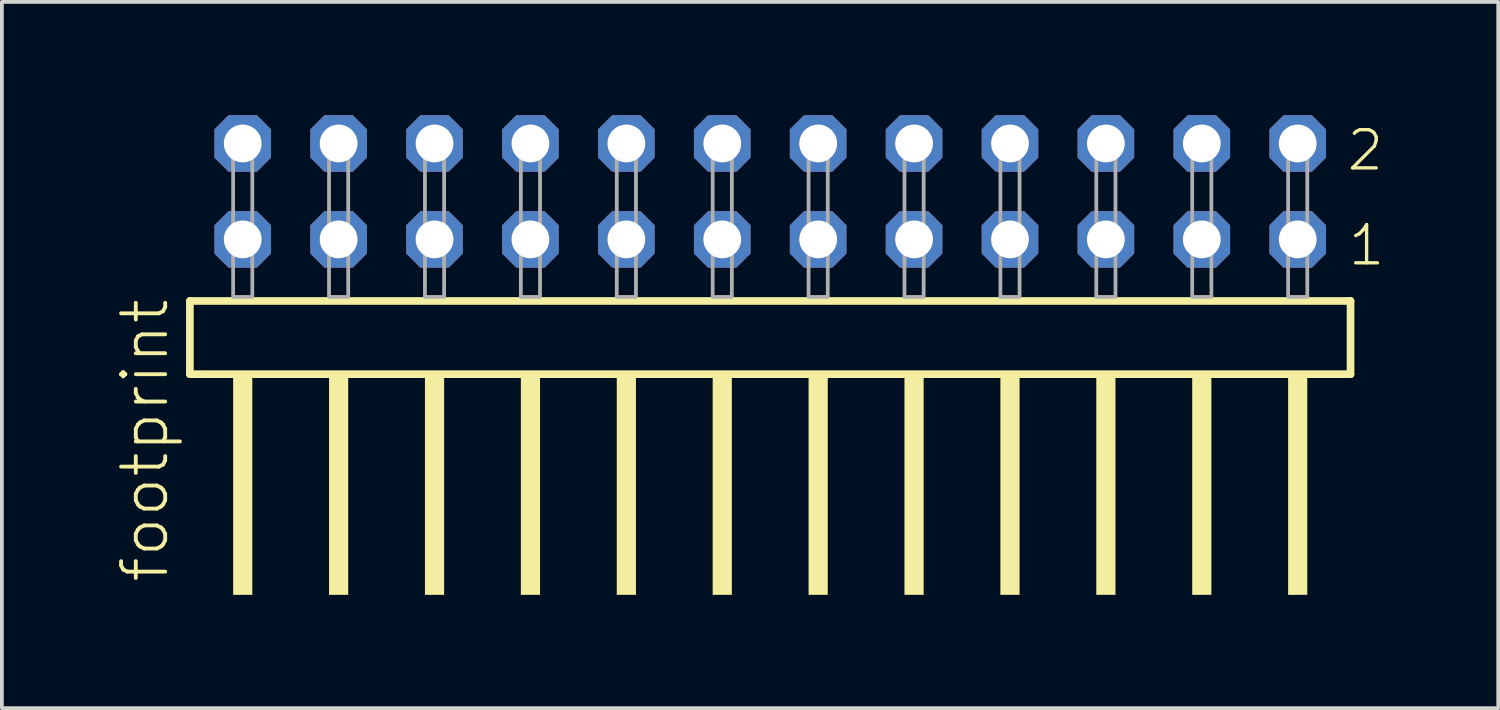
<source format=kicad_pcb>
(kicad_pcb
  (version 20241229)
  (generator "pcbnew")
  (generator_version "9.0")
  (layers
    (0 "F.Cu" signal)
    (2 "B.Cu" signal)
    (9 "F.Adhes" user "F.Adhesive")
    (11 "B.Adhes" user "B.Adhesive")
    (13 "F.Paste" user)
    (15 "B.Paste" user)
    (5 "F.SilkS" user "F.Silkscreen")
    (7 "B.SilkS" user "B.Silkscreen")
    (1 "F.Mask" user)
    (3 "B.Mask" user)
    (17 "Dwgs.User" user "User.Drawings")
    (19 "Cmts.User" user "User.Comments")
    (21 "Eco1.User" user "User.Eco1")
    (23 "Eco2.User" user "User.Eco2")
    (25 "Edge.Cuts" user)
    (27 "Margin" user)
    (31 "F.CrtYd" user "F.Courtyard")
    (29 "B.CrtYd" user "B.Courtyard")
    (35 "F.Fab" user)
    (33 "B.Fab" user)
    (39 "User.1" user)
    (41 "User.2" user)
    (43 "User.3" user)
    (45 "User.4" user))
  (footprint "footprint"
    (layer "F.Cu")
    (at 17.348 4.814)
    (property "Reference" "footprint" (at -15.875 7.62 90) (layer "F.SilkS") (effects (font (size 1.168 1.168) (thickness 0.102)) (justify left bottom)))
    (fp_line (start -15.369 0.106) (end -15.369 2.046) (stroke (width 0.203) (type solid)) (layer "F.SilkS"))
    (fp_line (start -15.369 2.046) (end 15.369 2.046) (stroke (width 0.203) (type solid)) (layer "F.SilkS"))
    (fp_line (start 15.369 0.106) (end -15.369 0.106) (stroke (width 0.203) (type solid)) (layer "F.SilkS"))
    (fp_line (start 15.369 2.046) (end 15.369 0.106) (stroke (width 0.203) (type solid)) (layer "F.SilkS"))
    (fp_poly (pts (xy -14.224 7.89) (xy -13.716 7.89) (xy -13.716 2.04) (xy -14.224 2.04)) (stroke (width 0) (type solid)) (fill yes) (layer "F.SilkS"))
    (fp_poly (pts (xy -11.684 7.89) (xy -11.176 7.89) (xy -11.176 2.04) (xy -11.684 2.04)) (stroke (width 0) (type solid)) (fill yes) (layer "F.SilkS"))
    (fp_poly (pts (xy -9.144 7.89) (xy -8.636 7.89) (xy -8.636 2.04) (xy -9.144 2.04)) (stroke (width 0) (type solid)) (fill yes) (layer "F.SilkS"))
    (fp_poly (pts (xy -6.604 7.89) (xy -6.096 7.89) (xy -6.096 2.04) (xy -6.604 2.04)) (stroke (width 0) (type solid)) (fill yes) (layer "F.SilkS"))
    (fp_poly (pts (xy -4.064 7.89) (xy -3.556 7.89) (xy -3.556 2.04) (xy -4.064 2.04)) (stroke (width 0) (type solid)) (fill yes) (layer "F.SilkS"))
    (fp_poly (pts (xy -1.524 7.89) (xy -1.016 7.89) (xy -1.016 2.04) (xy -1.524 2.04)) (stroke (width 0) (type solid)) (fill yes) (layer "F.SilkS"))
    (fp_poly (pts (xy 1.016 7.89) (xy 1.524 7.89) (xy 1.524 2.04) (xy 1.016 2.04)) (stroke (width 0) (type solid)) (fill yes) (layer "F.SilkS"))
    (fp_poly (pts (xy 3.556 7.89) (xy 4.064 7.89) (xy 4.064 2.04) (xy 3.556 2.04)) (stroke (width 0) (type solid)) (fill yes) (layer "F.SilkS"))
    (fp_poly (pts (xy 6.096 7.89) (xy 6.604 7.89) (xy 6.604 2.04) (xy 6.096 2.04)) (stroke (width 0) (type solid)) (fill yes) (layer "F.SilkS"))
    (fp_poly (pts (xy 8.636 7.89) (xy 9.144 7.89) (xy 9.144 2.04) (xy 8.636 2.04)) (stroke (width 0) (type solid)) (fill yes) (layer "F.SilkS"))
    (fp_poly (pts (xy 11.176 7.89) (xy 11.684 7.89) (xy 11.684 2.04) (xy 11.176 2.04)) (stroke (width 0) (type solid)) (fill yes) (layer "F.SilkS"))
    (fp_poly (pts (xy 13.716 7.89) (xy 14.224 7.89) (xy 14.224 2.04) (xy 13.716 2.04)) (stroke (width 0) (type solid)) (fill yes) (layer "F.SilkS"))
    (fp_poly (pts (xy -14.224 0) (xy -13.716 0) (xy -13.716 -4.318) (xy -14.224 -4.318)) (stroke (width 0.1) (type solid)) (fill no) (layer "F.Fab"))
    (fp_poly (pts (xy -11.684 0) (xy -11.176 0) (xy -11.176 -4.318) (xy -11.684 -4.318)) (stroke (width 0.1) (type solid)) (fill no) (layer "F.Fab"))
    (fp_poly (pts (xy -9.144 0) (xy -8.636 0) (xy -8.636 -4.318) (xy -9.144 -4.318)) (stroke (width 0.1) (type solid)) (fill no) (layer "F.Fab"))
    (fp_poly (pts (xy -6.604 0) (xy -6.096 0) (xy -6.096 -4.318) (xy -6.604 -4.318)) (stroke (width 0.1) (type solid)) (fill no) (layer "F.Fab"))
    (fp_poly (pts (xy -4.064 0) (xy -3.556 0) (xy -3.556 -4.318) (xy -4.064 -4.318)) (stroke (width 0.1) (type solid)) (fill no) (layer "F.Fab"))
    (fp_poly (pts (xy -1.524 0) (xy -1.016 0) (xy -1.016 -4.318) (xy -1.524 -4.318)) (stroke (width 0.1) (type solid)) (fill no) (layer "F.Fab"))
    (fp_poly (pts (xy 1.016 0) (xy 1.524 0) (xy 1.524 -4.318) (xy 1.016 -4.318)) (stroke (width 0.1) (type solid)) (fill no) (layer "F.Fab"))
    (fp_poly (pts (xy 3.556 0) (xy 4.064 0) (xy 4.064 -4.318) (xy 3.556 -4.318)) (stroke (width 0.1) (type solid)) (fill no) (layer "F.Fab"))
    (fp_poly (pts (xy 6.096 0) (xy 6.604 0) (xy 6.604 -4.318) (xy 6.096 -4.318)) (stroke (width 0.1) (type solid)) (fill no) (layer "F.Fab"))
    (fp_poly (pts (xy 8.636 0) (xy 9.144 0) (xy 9.144 -4.318) (xy 8.636 -4.318)) (stroke (width 0.1) (type solid)) (fill no) (layer "F.Fab"))
    (fp_poly (pts (xy 11.176 0) (xy 11.684 0) (xy 11.684 -4.318) (xy 11.176 -4.318)) (stroke (width 0.1) (type solid)) (fill no) (layer "F.Fab"))
    (fp_poly (pts (xy 13.716 0) (xy 14.224 0) (xy 14.224 -4.318) (xy 13.716 -4.318)) (stroke (width 0.1) (type solid)) (fill no) (layer "F.Fab"))
    (fp_text user "1" (at 15.255 -0.775 0) (layer "F.SilkS") (effects (font (size 1.012 1.012) (thickness 0.088)) (justify left bottom)))
    (fp_text user "2" (at 15.22 -3.29 0) (layer "F.SilkS") (effects (font (size 1.012 1.012) (thickness 0.088)) (justify left bottom)))
    (pad "1" thru_hole roundrect (at 13.97 -1.524 180) (size 1.5 1.5) (drill 1) (layers "*.Cu" "*.Mask") (roundrect_rratio 0.25) (chamfer_ratio 0.25) (chamfer top_left top_right bottom_left bottom_right))
    (pad "2" thru_hole roundrect (at 13.97 -4.064 180) (size 1.5 1.5) (drill 1) (layers "*.Cu" "*.Mask") (roundrect_rratio 0.25) (chamfer_ratio 0.25) (chamfer top_left top_right bottom_left bottom_right))
    (pad "3" thru_hole roundrect (at 11.43 -1.524 180) (size 1.5 1.5) (drill 1) (layers "*.Cu" "*.Mask") (roundrect_rratio 0.25) (chamfer_ratio 0.25) (chamfer top_left top_right bottom_left bottom_right))
    (pad "4" thru_hole roundrect (at 11.43 -4.064 180) (size 1.5 1.5) (drill 1) (layers "*.Cu" "*.Mask") (roundrect_rratio 0.25) (chamfer_ratio 0.25) (chamfer top_left top_right bottom_left bottom_right))
    (pad "5" thru_hole roundrect (at 8.89 -1.524 180) (size 1.5 1.5) (drill 1) (layers "*.Cu" "*.Mask") (roundrect_rratio 0.25) (chamfer_ratio 0.25) (chamfer top_left top_right bottom_left bottom_right))
    (pad "6" thru_hole roundrect (at 8.89 -4.064 180) (size 1.5 1.5) (drill 1) (layers "*.Cu" "*.Mask") (roundrect_rratio 0.25) (chamfer_ratio 0.25) (chamfer top_left top_right bottom_left bottom_right))
    (pad "7" thru_hole roundrect (at 6.35 -1.524 180) (size 1.5 1.5) (drill 1) (layers "*.Cu" "*.Mask") (roundrect_rratio 0.25) (chamfer_ratio 0.25) (chamfer top_left top_right bottom_left bottom_right))
    (pad "8" thru_hole roundrect (at 6.35 -4.064 180) (size 1.5 1.5) (drill 1) (layers "*.Cu" "*.Mask") (roundrect_rratio 0.25) (chamfer_ratio 0.25) (chamfer top_left top_right bottom_left bottom_right))
    (pad "9" thru_hole roundrect (at 3.81 -1.524 180) (size 1.5 1.5) (drill 1) (layers "*.Cu" "*.Mask") (roundrect_rratio 0.25) (chamfer_ratio 0.25) (chamfer top_left top_right bottom_left bottom_right))
    (pad "10" thru_hole roundrect (at 3.81 -4.064 180) (size 1.5 1.5) (drill 1) (layers "*.Cu" "*.Mask") (roundrect_rratio 0.25) (chamfer_ratio 0.25) (chamfer top_left top_right bottom_left bottom_right))
    (pad "11" thru_hole roundrect (at 1.27 -1.524 180) (size 1.5 1.5) (drill 1) (layers "*.Cu" "*.Mask") (roundrect_rratio 0.25) (chamfer_ratio 0.25) (chamfer top_left top_right bottom_left bottom_right))
    (pad "12" thru_hole roundrect (at 1.27 -4.064 180) (size 1.5 1.5) (drill 1) (layers "*.Cu" "*.Mask") (roundrect_rratio 0.25) (chamfer_ratio 0.25) (chamfer top_left top_right bottom_left bottom_right))
    (pad "13" thru_hole roundrect (at -1.27 -1.524 180) (size 1.5 1.5) (drill 1) (layers "*.Cu" "*.Mask") (roundrect_rratio 0.25) (chamfer_ratio 0.25) (chamfer top_left top_right bottom_left bottom_right))
    (pad "14" thru_hole roundrect (at -1.27 -4.064 180) (size 1.5 1.5) (drill 1) (layers "*.Cu" "*.Mask") (roundrect_rratio 0.25) (chamfer_ratio 0.25) (chamfer top_left top_right bottom_left bottom_right))
    (pad "15" thru_hole roundrect (at -3.81 -1.524 180) (size 1.5 1.5) (drill 1) (layers "*.Cu" "*.Mask") (roundrect_rratio 0.25) (chamfer_ratio 0.25) (chamfer top_left top_right bottom_left bottom_right))
    (pad "16" thru_hole roundrect (at -3.81 -4.064 180) (size 1.5 1.5) (drill 1) (layers "*.Cu" "*.Mask") (roundrect_rratio 0.25) (chamfer_ratio 0.25) (chamfer top_left top_right bottom_left bottom_right))
    (pad "17" thru_hole roundrect (at -6.35 -1.524 180) (size 1.5 1.5) (drill 1) (layers "*.Cu" "*.Mask") (roundrect_rratio 0.25) (chamfer_ratio 0.25) (chamfer top_left top_right bottom_left bottom_right))
    (pad "18" thru_hole roundrect (at -6.35 -4.064 180) (size 1.5 1.5) (drill 1) (layers "*.Cu" "*.Mask") (roundrect_rratio 0.25) (chamfer_ratio 0.25) (chamfer top_left top_right bottom_left bottom_right))
    (pad "19" thru_hole roundrect (at -8.89 -1.524 180) (size 1.5 1.5) (drill 1) (layers "*.Cu" "*.Mask") (roundrect_rratio 0.25) (chamfer_ratio 0.25) (chamfer top_left top_right bottom_left bottom_right))
    (pad "20" thru_hole roundrect (at -8.89 -4.064 180) (size 1.5 1.5) (drill 1) (layers "*.Cu" "*.Mask") (roundrect_rratio 0.25) (chamfer_ratio 0.25) (chamfer top_left top_right bottom_left bottom_right))
    (pad "21" thru_hole roundrect (at -11.43 -1.524 180) (size 1.5 1.5) (drill 1) (layers "*.Cu" "*.Mask") (roundrect_rratio 0.25) (chamfer_ratio 0.25) (chamfer top_left top_right bottom_left bottom_right))
    (pad "22" thru_hole roundrect (at -11.43 -4.064 180) (size 1.5 1.5) (drill 1) (layers "*.Cu" "*.Mask") (roundrect_rratio 0.25) (chamfer_ratio 0.25) (chamfer top_left top_right bottom_left bottom_right))
    (pad "23" thru_hole roundrect (at -13.97 -1.524 180) (size 1.5 1.5) (drill 1) (layers "*.Cu" "*.Mask") (roundrect_rratio 0.25) (chamfer_ratio 0.25) (chamfer top_left top_right bottom_left bottom_right))
    (pad "24" thru_hole roundrect (at -13.97 -4.064 180) (size 1.5 1.5) (drill 1) (layers "*.Cu" "*.Mask") (roundrect_rratio 0.25) (chamfer_ratio 0.25) (chamfer top_left top_right bottom_left bottom_right)))
  (gr_rect
    (start -3 -3)
    (end 36.629 15.704)
    (stroke (width 0.1) (type default))
    (fill no)
    (layer "Edge.Cuts")))
</source>
